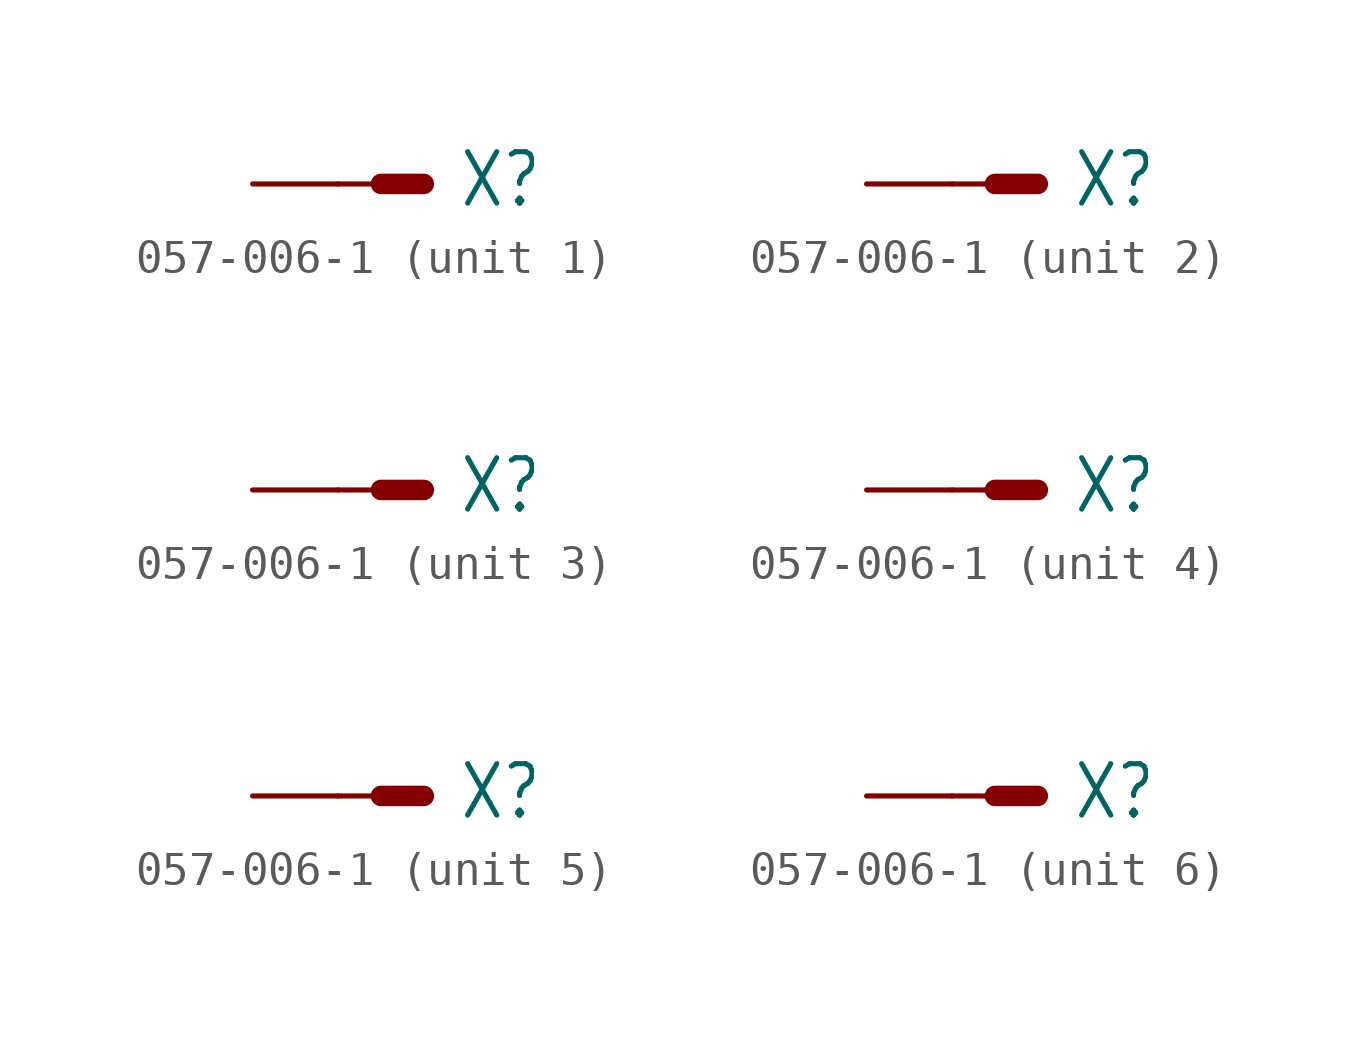
<source format=kicad_sym>
(kicad_symbol_lib
  (version 20210619)
  (generator kicad_symbol_editor)
  (symbol "057-006-1"
    (property "Reference" "X"
      (at 1.016 -0.762 0)
      (effects (font (size 1.524 1.295)) (justify left bottom)))
    (property "ki_locked" ""
      (at 0 0 0)
      (effects (font (size 1.27 1.27))))
    (symbol "057-006-1_1_0"
      (polyline (pts (xy -2.54 0) (xy -1.27 0)) (stroke (width 0.152)) (fill (type none)))
      (polyline (pts (xy 0 0) (xy -1.27 0)) (stroke (width 0.61)) (fill (type none)))
      (pin passive line (at -5.08 0 0) (length 2.54) (name "S" (effects (font (size 0 0)))) (number "1" (effects (font (size 0 0))))))
    (symbol "057-006-1_2_0"
      (polyline (pts (xy -2.54 0) (xy -1.27 0)) (stroke (width 0.152)) (fill (type none)))
      (polyline (pts (xy 0 0) (xy -1.27 0)) (stroke (width 0.61)) (fill (type none)))
      (pin passive line (at -5.08 0 0) (length 2.54) (name "S" (effects (font (size 0 0)))) (number "2" (effects (font (size 0 0))))))
    (symbol "057-006-1_3_0"
      (polyline (pts (xy -2.54 0) (xy -1.27 0)) (stroke (width 0.152)) (fill (type none)))
      (polyline (pts (xy 0 0) (xy -1.27 0)) (stroke (width 0.61)) (fill (type none)))
      (pin passive line (at -5.08 0 0) (length 2.54) (name "S" (effects (font (size 0 0)))) (number "3" (effects (font (size 0 0))))))
    (symbol "057-006-1_4_0"
      (polyline (pts (xy -2.54 0) (xy -1.27 0)) (stroke (width 0.152)) (fill (type none)))
      (polyline (pts (xy 0 0) (xy -1.27 0)) (stroke (width 0.61)) (fill (type none)))
      (pin passive line (at -5.08 0 0) (length 2.54) (name "S" (effects (font (size 0 0)))) (number "4" (effects (font (size 0 0))))))
    (symbol "057-006-1_5_0"
      (polyline (pts (xy -2.54 0) (xy -1.27 0)) (stroke (width 0.152)) (fill (type none)))
      (polyline (pts (xy 0 0) (xy -1.27 0)) (stroke (width 0.61)) (fill (type none)))
      (pin passive line (at -5.08 0 0) (length 2.54) (name "S" (effects (font (size 0 0)))) (number "5" (effects (font (size 0 0))))))
    (symbol "057-006-1_6_0"
      (polyline (pts (xy -2.54 0) (xy -1.27 0)) (stroke (width 0.152)) (fill (type none)))
      (polyline (pts (xy 0 0) (xy -1.27 0)) (stroke (width 0.61)) (fill (type none)))
      (pin passive line (at -5.08 0 0) (length 2.54) (name "S" (effects (font (size 0 0)))) (number "6" (effects (font (size 0 0))))))))
</source>
